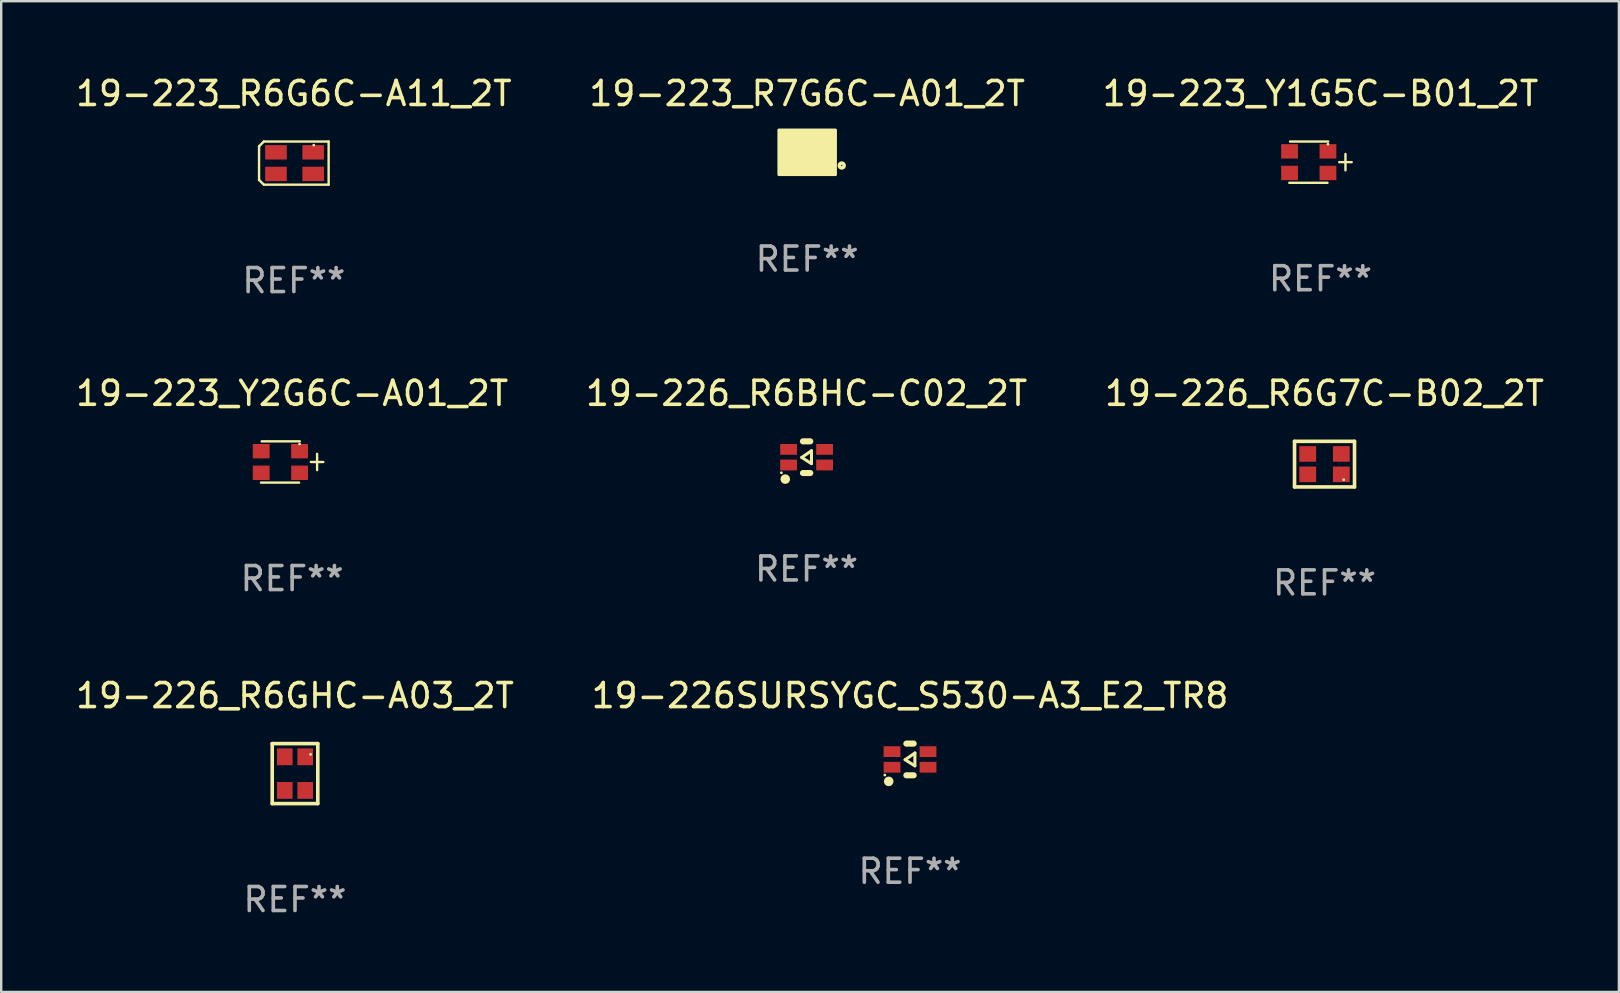
<source format=kicad_pcb>
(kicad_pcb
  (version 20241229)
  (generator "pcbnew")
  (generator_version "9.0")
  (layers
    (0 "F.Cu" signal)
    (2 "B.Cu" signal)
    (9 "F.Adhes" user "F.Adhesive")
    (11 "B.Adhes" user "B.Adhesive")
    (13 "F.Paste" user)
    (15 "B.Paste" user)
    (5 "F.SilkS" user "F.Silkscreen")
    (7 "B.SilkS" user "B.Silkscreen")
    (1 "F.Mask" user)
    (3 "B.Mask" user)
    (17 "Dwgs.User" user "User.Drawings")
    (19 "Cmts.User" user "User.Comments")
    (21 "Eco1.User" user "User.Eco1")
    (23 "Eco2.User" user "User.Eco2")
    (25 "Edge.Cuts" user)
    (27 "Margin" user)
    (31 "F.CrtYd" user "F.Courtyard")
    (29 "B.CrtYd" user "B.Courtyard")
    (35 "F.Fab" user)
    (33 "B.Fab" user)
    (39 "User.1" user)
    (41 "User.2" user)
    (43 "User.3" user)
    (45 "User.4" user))
  (footprint "19-223_R6G6C-A11_2T"
    (layer "F.Cu")
    (at 9.196 3.747)
    (property "Reference" "19-223_R6G6C-A11_2T" (at 0 -2.899 0) (layer "F.SilkS") (effects (font (size 1 1) (thickness 0.15))))
    (attr through_hole)
    (fp_line (start -1.45 -0.701) (end -1.25 -0.899) (stroke (width 0.1) (type solid)) (layer "F.SilkS"))
    (fp_line (start -1.45 0.701) (end -1.45 -0.701) (stroke (width 0.1) (type solid)) (layer "F.SilkS"))
    (fp_line (start -1.25 -0.899) (end 1.45 -0.899) (stroke (width 0.1) (type solid)) (layer "F.SilkS"))
    (fp_line (start -1.25 0.899) (end -1.45 0.701) (stroke (width 0.1) (type solid)) (layer "F.SilkS"))
    (fp_line (start 1.45 -0.899) (end 1.45 0.899) (stroke (width 0.1) (type solid)) (layer "F.SilkS"))
    (fp_line (start 1.45 0.899) (end -1.25 0.899) (stroke (width 0.1) (type solid)) (layer "F.SilkS"))
    (fp_circle (center 0.83 -0.749) (end 0.86 -0.749) (stroke (width 0.06) (type solid)) (fill no) (layer "F.SilkS"))
    (fp_text user "REF**" (at 0 4.899 0) (layer "F.Fab") (effects (font (size 1 1) (thickness 0.15))))
    (pad "1" smd rect (at 0.805 -0.449) (size 0.9 0.6) (layers "F.Cu" "F.Mask" "F.Paste"))
    (pad "2" smd rect (at 0.805 0.451) (size 0.9 0.6) (layers "F.Cu" "F.Mask" "F.Paste"))
    (pad "3" smd rect (at -0.745 0.451) (size 0.9 0.6) (layers "F.Cu" "F.Mask" "F.Paste"))
    (pad "4" smd rect (at -0.745 -0.449) (size 0.9 0.6) (layers "F.Cu" "F.Mask" "F.Paste")))
  (footprint "19-223_Y1G5C-B01_2T"
    (layer "F.Cu")
    (at 51.982 3.708)
    (property "Reference" "19-223_Y1G5C-B01_2T" (at 0 -2.86 0) (layer "F.SilkS") (effects (font (size 1 1) (thickness 0.15))))
    (attr through_hole)
    (fp_line (start -1.27 -0.86) (end 0.32 -0.86) (stroke (width 0.1) (type solid)) (layer "F.SilkS"))
    (fp_line (start 0.29 0.86) (end -1.3 0.86) (stroke (width 0.1) (type solid)) (layer "F.SilkS"))
    (fp_line (start 0.78 0) (end 1.3 0) (stroke (width 0.1) (type solid)) (layer "F.SilkS"))
    (fp_line (start 1.04 -0.34) (end 1.04 0.34) (stroke (width 0.1) (type solid)) (layer "F.SilkS"))
    (fp_circle (center 0.31 -0.75) (end 0.34 -0.75) (stroke (width 0.06) (type solid)) (fill no) (layer "F.SilkS"))
    (fp_text user "REF**" (at 0 4.86 0) (layer "F.Fab") (effects (font (size 1 1) (thickness 0.15))))
    (pad "1" smd rect (at 0.31 -0.45 90) (size 0.6 0.7) (layers "F.Cu" "F.Mask" "F.Paste"))
    (pad "2" smd rect (at 0.31 0.45 90) (size 0.6 0.7) (layers "F.Cu" "F.Mask" "F.Paste"))
    (pad "3" smd rect (at -1.29 0.45 90) (size 0.6 0.7) (layers "F.Cu" "F.Mask" "F.Paste"))
    (pad "4" smd rect (at -1.29 -0.45 90) (size 0.6 0.7) (layers "F.Cu" "F.Mask" "F.Paste")))
  (footprint "19-223_Y2G6C-A01_2T"
    (layer "F.Cu")
    (at 9.125 16.203)
    (property "Reference" "19-223_Y2G6C-A01_2T" (at 0 -2.86 0) (layer "F.SilkS") (effects (font (size 1 1) (thickness 0.15))))
    (attr through_hole)
    (fp_line (start -1.27 -0.86) (end 0.32 -0.86) (stroke (width 0.1) (type solid)) (layer "F.SilkS"))
    (fp_line (start 0.29 0.86) (end -1.3 0.86) (stroke (width 0.1) (type solid)) (layer "F.SilkS"))
    (fp_line (start 0.78 0) (end 1.3 0) (stroke (width 0.1) (type solid)) (layer "F.SilkS"))
    (fp_line (start 1.04 -0.34) (end 1.04 0.34) (stroke (width 0.1) (type solid)) (layer "F.SilkS"))
    (fp_circle (center 0.31 -0.75) (end 0.34 -0.75) (stroke (width 0.06) (type solid)) (fill no) (layer "F.SilkS"))
    (fp_text user "REF**" (at 0 4.86 0) (layer "F.Fab") (effects (font (size 1 1) (thickness 0.15))))
    (pad "1" smd rect (at 0.31 -0.45 90) (size 0.6 0.7) (layers "F.Cu" "F.Mask" "F.Paste"))
    (pad "2" smd rect (at 0.31 0.45 90) (size 0.6 0.7) (layers "F.Cu" "F.Mask" "F.Paste"))
    (pad "3" smd rect (at -1.29 0.45 90) (size 0.6 0.7) (layers "F.Cu" "F.Mask" "F.Paste"))
    (pad "4" smd rect (at -1.29 -0.45 90) (size 0.6 0.7) (layers "F.Cu" "F.Mask" "F.Paste")))
  (footprint "19-223_R7G6C-A01_2T"
    (layer "F.Cu")
    (at 30.589 3.298)
    (property "Reference" "19-223_R7G6C-A01_2T" (at 0 -2.45 0) (layer "F.SilkS") (effects (font (size 1 1) (thickness 0.15))))
    (attr through_hole)
    (fp_circle (center 0.8 0.75) (end 0.83 0.75) (stroke (width 0.06) (type solid)) (fill no) (layer "F.SilkS"))
    (fp_circle (center 1.44 0.55) (end 1.54 0.55) (stroke (width 0.15) (type solid)) (fill no) (layer "F.SilkS"))
    (fp_poly (pts (xy -1.18 -0.93) (xy 1.18 -0.93) (xy 1.18 0.93) (xy -1.18 0.93)) (stroke (width 0.12) (type solid)) (fill yes) (layer "F.SilkS"))
    (fp_text user "REF**" (at 0 4.45 0) (layer "F.Fab") (effects (font (size 1 1) (thickness 0.15))))
    (pad "1" smd rect (at 0.695 0.45) (size 0.6 0.7) (layers "F.Cu" "F.Mask" "F.Paste"))
    (pad "2" smd rect (at -0.695 0.45) (size 0.6 0.7) (layers "F.Cu" "F.Mask" "F.Paste"))
    (pad "3" smd rect (at 0.695 -0.45) (size 0.6 0.7) (layers "F.Cu" "F.Mask" "F.Paste"))
    (pad "4" smd rect (at -0.695 -0.45) (size 0.6 0.7) (layers "F.Cu" "F.Mask" "F.Paste")))
  (footprint "19-226_R6G7C-B02_2T"
    (layer "F.Cu")
    (at 52.149 16.293)
    (property "Reference" "19-226_R6G7C-B02_2T" (at 0 -2.95 0) (layer "F.SilkS") (effects (font (size 1 1) (thickness 0.15))))
    (attr through_hole)
    (fp_line (start -1.25 -0.95) (end -1.25 0.95) (stroke (width 0.15) (type solid)) (layer "F.SilkS"))
    (fp_line (start -1.25 -0.95) (end 1.25 -0.95) (stroke (width 0.15) (type solid)) (layer "F.SilkS"))
    (fp_line (start -1.25 0.95) (end 1.25 0.95) (stroke (width 0.15) (type solid)) (layer "F.SilkS"))
    (fp_line (start 1.25 -0.95) (end 1.25 0.95) (stroke (width 0.15) (type solid)) (layer "F.SilkS"))
    (fp_circle (center 0.8 0.65) (end 0.83 0.65) (stroke (width 0.06) (type solid)) (fill no) (layer "F.SilkS"))
    (fp_text user "REF**" (at 0 4.95 0) (layer "F.Fab") (effects (font (size 1 1) (thickness 0.15))))
    (pad "1" smd rect (at 0.7 0.425) (size 0.7 0.65) (layers "F.Cu" "F.Mask" "F.Paste"))
    (pad "2" smd rect (at -0.7 0.425) (size 0.7 0.65) (layers "F.Cu" "F.Mask" "F.Paste"))
    (pad "3" smd rect (at 0.7 -0.425) (size 0.7 0.65) (layers "F.Cu" "F.Mask" "F.Paste"))
    (pad "4" smd rect (at -0.7 -0.425) (size 0.7 0.65) (layers "F.Cu" "F.Mask" "F.Paste")))
  (footprint "19-226SURSYGC_S530-A3_E2_TR8"
    (layer "F.Cu")
    (at 34.875 28.6)
    (property "Reference" "19-226SURSYGC_S530-A3_E2_TR8" (at 0 -2.66 0) (layer "F.SilkS") (effects (font (size 1 1) (thickness 0.15))))
    (attr through_hole)
    (fp_line (start -0.203 0.011) (end 0.2 0.268) (stroke (width 0.127) (type solid)) (layer "F.SilkS"))
    (fp_line (start -0.152 -0.66) (end 0.152 -0.66) (stroke (width 0.254) (type solid)) (layer "F.SilkS"))
    (fp_line (start -0.152 0.66) (end 0.152 0.66) (stroke (width 0.254) (type solid)) (layer "F.SilkS"))
    (fp_line (start 0.203 -0.268) (end -0.203 0.011) (stroke (width 0.127) (type solid)) (layer "F.SilkS"))
    (fp_line (start 0.203 0.265) (end 0.203 -0.268) (stroke (width 0.127) (type solid)) (layer "F.SilkS"))
    (fp_circle (center -1.05 0.65) (end -1.02 0.65) (stroke (width 0.06) (type solid)) (fill no) (layer "F.SilkS"))
    (fp_circle (center -0.889 0.914) (end -0.789 0.914) (stroke (width 0.2) (type solid)) (fill no) (layer "F.SilkS"))
    (fp_text user "REF**" (at 0 4.66 0) (layer "F.Fab") (effects (font (size 1 1) (thickness 0.15))))
    (pad "1" smd rect (at -0.75 0.325 180) (size 0.7 0.45) (layers "F.Cu" "F.Mask" "F.Paste"))
    (pad "2" smd rect (at -0.75 -0.325 180) (size 0.7 0.45) (layers "F.Cu" "F.Mask" "F.Paste"))
    (pad "3" smd rect (at 0.75 -0.325 180) (size 0.7 0.45) (layers "F.Cu" "F.Mask" "F.Paste"))
    (pad "4" smd rect (at 0.75 0.325 180) (size 0.7 0.45) (layers "F.Cu" "F.Mask" "F.Paste")))
  (footprint "19-226_R6BHC-C02_2T"
    (layer "F.Cu")
    (at 30.565 16.003)
    (property "Reference" "19-226_R6BHC-C02_2T" (at 0 -2.66 0) (layer "F.SilkS") (effects (font (size 1 1) (thickness 0.15))))
    (attr through_hole)
    (fp_line (start -0.203 0.011) (end 0.2 0.268) (stroke (width 0.127) (type solid)) (layer "F.SilkS"))
    (fp_line (start -0.152 -0.66) (end 0.152 -0.66) (stroke (width 0.254) (type solid)) (layer "F.SilkS"))
    (fp_line (start -0.152 0.66) (end 0.152 0.66) (stroke (width 0.254) (type solid)) (layer "F.SilkS"))
    (fp_line (start 0.203 -0.268) (end -0.203 0.011) (stroke (width 0.127) (type solid)) (layer "F.SilkS"))
    (fp_line (start 0.203 0.265) (end 0.203 -0.268) (stroke (width 0.127) (type solid)) (layer "F.SilkS"))
    (fp_circle (center -1.05 0.65) (end -1.02 0.65) (stroke (width 0.06) (type solid)) (fill no) (layer "F.SilkS"))
    (fp_circle (center -0.889 0.914) (end -0.789 0.914) (stroke (width 0.2) (type solid)) (fill no) (layer "F.SilkS"))
    (fp_text user "REF**" (at 0 4.66 0) (layer "F.Fab") (effects (font (size 1 1) (thickness 0.15))))
    (pad "1" smd rect (at -0.75 0.325 180) (size 0.7 0.45) (layers "F.Cu" "F.Mask" "F.Paste"))
    (pad "2" smd rect (at -0.75 -0.325 180) (size 0.7 0.45) (layers "F.Cu" "F.Mask" "F.Paste"))
    (pad "3" smd rect (at 0.75 -0.325 180) (size 0.7 0.45) (layers "F.Cu" "F.Mask" "F.Paste"))
    (pad "4" smd rect (at 0.75 0.325 180) (size 0.7 0.45) (layers "F.Cu" "F.Mask" "F.Paste")))
  (footprint "19-226_R6GHC-A03_2T"
    (layer "F.Cu")
    (at 9.244 29.19)
    (property "Reference" "19-226_R6GHC-A03_2T" (at 0 -3.25 0) (layer "F.SilkS") (effects (font (size 1 1) (thickness 0.15))))
    (attr through_hole)
    (fp_line (start -0.95 -1.25) (end 0.95 -1.25) (stroke (width 0.15) (type solid)) (layer "F.SilkS"))
    (fp_line (start -0.95 1.25) (end -0.95 -1.25) (stroke (width 0.15) (type solid)) (layer "F.SilkS"))
    (fp_line (start -0.95 1.25) (end 0.95 1.25) (stroke (width 0.15) (type solid)) (layer "F.SilkS"))
    (fp_line (start 0.95 1.25) (end 0.95 -1.25) (stroke (width 0.15) (type solid)) (layer "F.SilkS"))
    (fp_circle (center 0.65 -0.8) (end 0.68 -0.8) (stroke (width 0.06) (type solid)) (fill no) (layer "F.SilkS"))
    (fp_text user "REF**" (at 0 5.25 0) (layer "F.Fab") (effects (font (size 1 1) (thickness 0.15))))
    (pad "1" smd rect (at 0.425 -0.7 90) (size 0.7 0.65) (layers "F.Cu" "F.Mask" "F.Paste"))
    (pad "2" smd rect (at 0.425 0.7 90) (size 0.7 0.65) (layers "F.Cu" "F.Mask" "F.Paste"))
    (pad "3" smd rect (at -0.425 -0.7 90) (size 0.7 0.65) (layers "F.Cu" "F.Mask" "F.Paste"))
    (pad "4" smd rect (at -0.425 0.7 90) (size 0.7 0.65) (layers "F.Cu" "F.Mask" "F.Paste")))
  (gr_rect
    (start -3 -3)
    (end 64.417 38.288)
    (stroke (width 0.1) (type default))
    (fill no)
    (layer "Edge.Cuts")))
</source>
